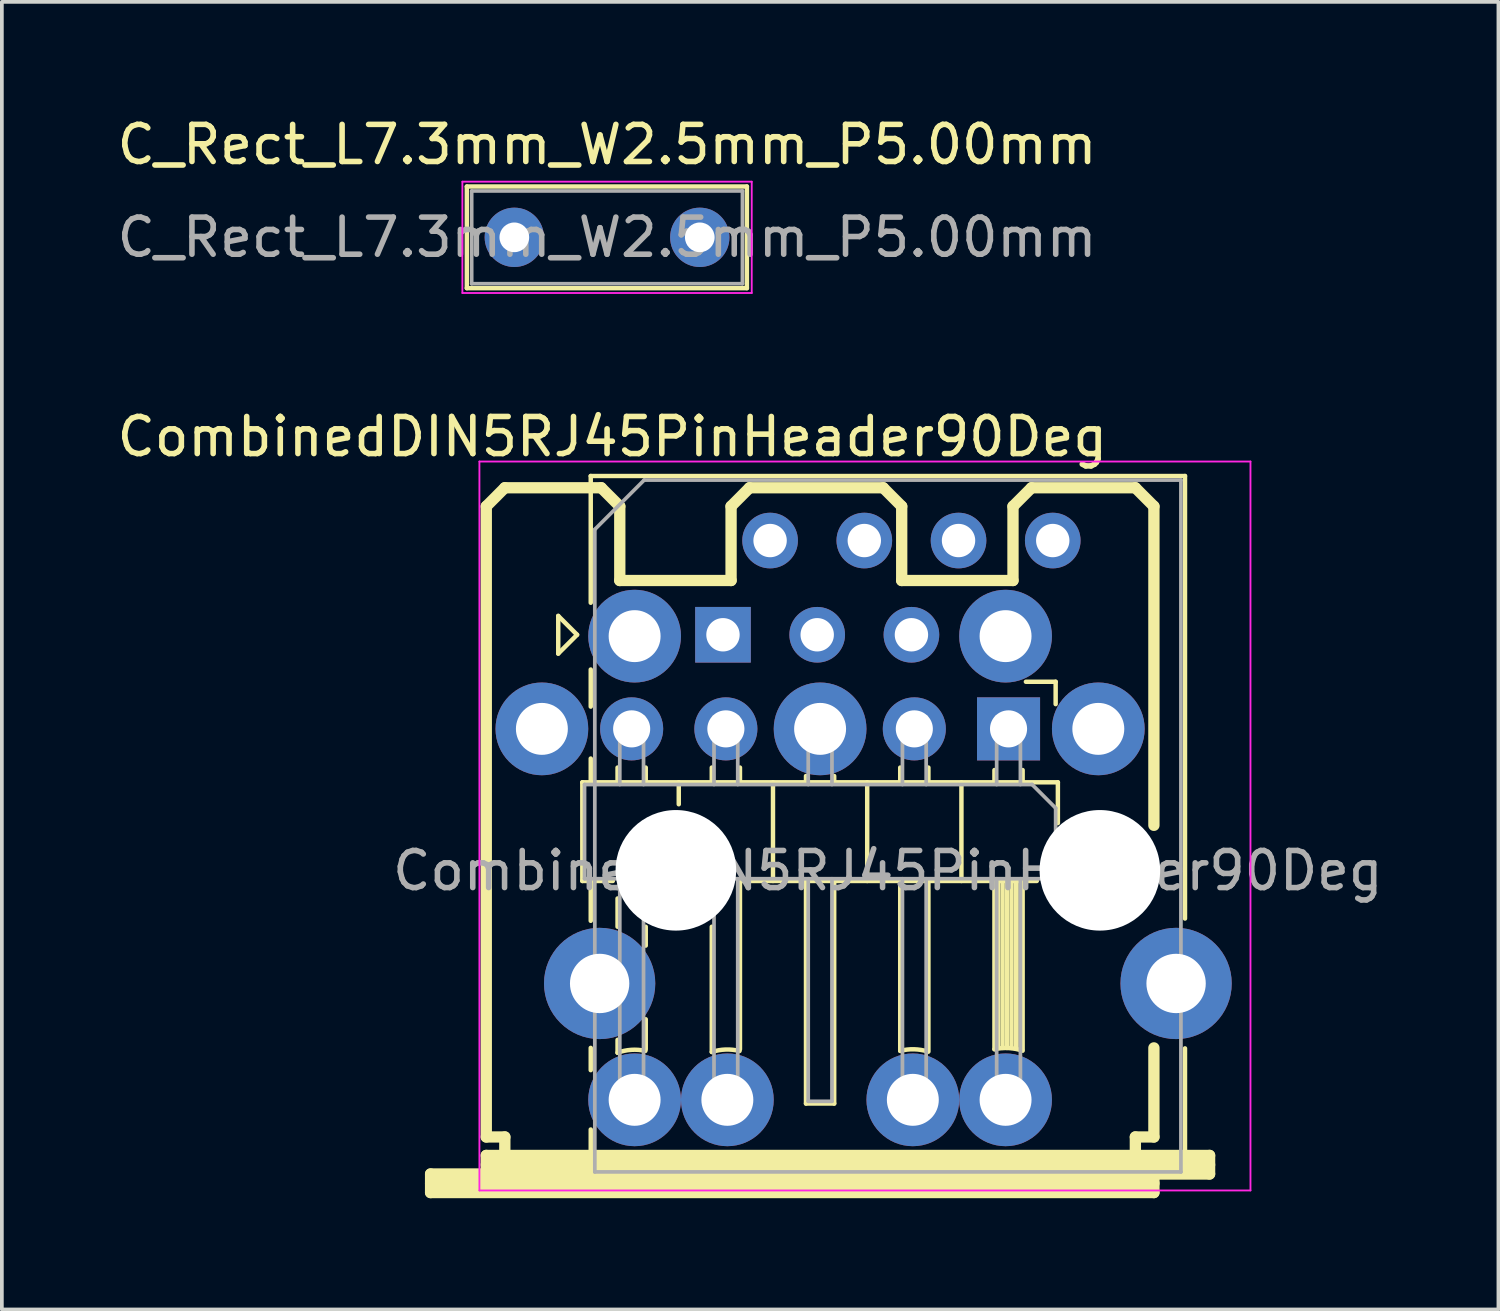
<source format=kicad_pcb>
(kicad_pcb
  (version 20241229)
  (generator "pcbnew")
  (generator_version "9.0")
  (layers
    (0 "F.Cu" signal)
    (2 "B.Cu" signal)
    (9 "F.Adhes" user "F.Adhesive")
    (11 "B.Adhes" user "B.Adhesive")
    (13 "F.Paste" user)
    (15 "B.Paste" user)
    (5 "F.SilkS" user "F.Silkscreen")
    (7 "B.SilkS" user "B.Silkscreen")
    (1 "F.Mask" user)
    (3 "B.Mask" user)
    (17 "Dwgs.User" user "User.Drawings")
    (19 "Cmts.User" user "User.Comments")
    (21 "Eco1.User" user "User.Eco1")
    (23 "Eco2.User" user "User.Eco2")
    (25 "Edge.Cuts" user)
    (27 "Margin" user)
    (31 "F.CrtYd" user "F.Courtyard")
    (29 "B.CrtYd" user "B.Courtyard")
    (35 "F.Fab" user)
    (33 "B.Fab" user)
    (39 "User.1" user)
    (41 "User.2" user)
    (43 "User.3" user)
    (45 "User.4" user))
  (footprint "CombinedDIN5RJ45PinHeader90Deg"
    (layer "F.Cu")
    (at 19.058 19.599)
    (property "Reference" "CombinedDIN5RJ45PinHeader90Deg" (at -5.6 -10.877 0) (layer "F.SilkS") (effects (font (size 1 1) (thickness 0.15))))
    (attr through_hole)
    (fp_line (start -10.5 8.999) (end -8.999 8.999) (stroke (width 0.305) (type solid)) (layer "F.SilkS"))
    (fp_line (start -10.5 9.251) (end 8.999 9.251) (stroke (width 0.305) (type solid)) (layer "F.SilkS"))
    (fp_line (start -10.5 9.5) (end -10.5 8.999) (stroke (width 0.305) (type solid)) (layer "F.SilkS"))
    (fp_line (start -8.999 -8.999) (end -8.999 8.001) (stroke (width 0.305) (type solid)) (layer "F.SilkS"))
    (fp_line (start -8.999 -8.999) (end -8.499 -9.5) (stroke (width 0.305) (type solid)) (layer "F.SilkS"))
    (fp_line (start -8.999 8.001) (end -8.499 8.001) (stroke (width 0.305) (type solid)) (layer "F.SilkS"))
    (fp_line (start -8.999 8.499) (end 10.5 8.499) (stroke (width 0.305) (type solid)) (layer "F.SilkS"))
    (fp_line (start -8.999 8.75) (end 10.5 8.75) (stroke (width 0.305) (type solid)) (layer "F.SilkS"))
    (fp_line (start -8.999 8.999) (end -8.999 8.499) (stroke (width 0.305) (type solid)) (layer "F.SilkS"))
    (fp_line (start -8.499 -9.5) (end -5.9 -9.5) (stroke (width 0.305) (type solid)) (layer "F.SilkS"))
    (fp_line (start -8.499 8.001) (end -8.499 8.499) (stroke (width 0.305) (type solid)) (layer "F.SilkS"))
    (fp_line (start -7.059 -6.045) (end -7.059 -5.029) (stroke (width 0.12) (type solid)) (layer "F.SilkS"))
    (fp_line (start -7.059 -5.029) (end -6.551 -5.537) (stroke (width 0.12) (type solid)) (layer "F.SilkS"))
    (fp_line (start -6.551 -5.537) (end -7.059 -6.045) (stroke (width 0.12) (type solid)) (layer "F.SilkS"))
    (fp_line (start -6.41 -1.56) (end -6.41 1.1) (stroke (width 0.12) (type solid)) (layer "F.SilkS"))
    (fp_line (start -6.183 -9.817) (end -6.183 -6.4) (stroke (width 0.12) (type solid)) (layer "F.SilkS"))
    (fp_line (start -6.183 -3.6) (end -6.183 -4.6) (stroke (width 0.12) (type solid)) (layer "F.SilkS"))
    (fp_line (start -6.183 -2.2) (end -6.183 -1.56) (stroke (width 0.12) (type solid)) (layer "F.SilkS"))
    (fp_line (start -6.183 1.092) (end -6.183 2.174) (stroke (width 0.12) (type solid)) (layer "F.SilkS"))
    (fp_line (start -6.183 5.6) (end -6.183 6.2) (stroke (width 0.12) (type solid)) (layer "F.SilkS"))
    (fp_line (start -6.183 7.8) (end -6.183 9.053) (stroke (width 0.12) (type solid)) (layer "F.SilkS"))
    (fp_line (start -5.9 -9.5) (end -5.4 -9) (stroke (width 0.305) (type solid)) (layer "F.SilkS"))
    (fp_line (start -5.588 1.1) (end -6.41 1.1) (stroke (width 0.12) (type solid)) (layer "F.SilkS"))
    (fp_line (start -5.46 -1.957) (end -5.46 -1.56) (stroke (width 0.12) (type solid)) (layer "F.SilkS"))
    (fp_line (start -5.46 2.334) (end -5.46 1.572) (stroke (width 0.12) (type solid)) (layer "F.SilkS"))
    (fp_line (start -5.46 5.382) (end -5.46 5.73) (stroke (width 0.12) (type solid)) (layer "F.SilkS"))
    (fp_line (start -5.4 -8.999) (end -5.4 -7) (stroke (width 0.305) (type solid)) (layer "F.SilkS"))
    (fp_line (start -5.4 -7) (end -2.4 -7) (stroke (width 0.305) (type solid)) (layer "F.SilkS"))
    (fp_line (start -4.7 -1.957) (end -4.7 -1.56) (stroke (width 0.12) (type solid)) (layer "F.SilkS"))
    (fp_line (start -4.7 2.334) (end -4.7 2.842) (stroke (width 0.12) (type solid)) (layer "F.SilkS"))
    (fp_line (start -4.7 4.828) (end -4.7 5.636) (stroke (width 0.12) (type solid)) (layer "F.SilkS"))
    (fp_line (start -3.81 -1.56) (end -3.81 -0.968) (stroke (width 0.12) (type solid)) (layer "F.SilkS"))
    (fp_line (start -2.92 -1.957) (end -2.92 -1.56) (stroke (width 0.12) (type solid)) (layer "F.SilkS"))
    (fp_line (start -2.92 5.71) (end -2.92 2.334) (stroke (width 0.12) (type solid)) (layer "F.SilkS"))
    (fp_line (start -2.4 -8.999) (end -2.4 -7) (stroke (width 0.305) (type solid)) (layer "F.SilkS"))
    (fp_line (start -2.16 -1.957) (end -2.16 -1.56) (stroke (width 0.12) (type solid)) (layer "F.SilkS"))
    (fp_line (start -2.16 1.1) (end -2.16 5.636) (stroke (width 0.12) (type solid)) (layer "F.SilkS"))
    (fp_line (start -2.16 1.1) (end 5.842 1.1) (stroke (width 0.12) (type solid)) (layer "F.SilkS"))
    (fp_line (start -1.902 -9.5) (end -2.4 -9) (stroke (width 0.305) (type solid)) (layer "F.SilkS"))
    (fp_line (start -1.902 -9.5) (end 1.702 -9.5) (stroke (width 0.305) (type solid)) (layer "F.SilkS"))
    (fp_line (start -1.27 -1.56) (end -1.27 1.1) (stroke (width 0.12) (type solid)) (layer "F.SilkS"))
    (fp_line (start -0.38 -1.73) (end -0.38 -1.56) (stroke (width 0.12) (type solid)) (layer "F.SilkS"))
    (fp_line (start -0.38 7.1) (end -0.38 1.1) (stroke (width 0.12) (type solid)) (layer "F.SilkS"))
    (fp_line (start 0.38 -1.73) (end 0.38 -1.56) (stroke (width 0.12) (type solid)) (layer "F.SilkS"))
    (fp_line (start 0.38 1.1) (end 0.38 7.1) (stroke (width 0.12) (type solid)) (layer "F.SilkS"))
    (fp_line (start 0.38 7.1) (end -0.38 7.1) (stroke (width 0.12) (type solid)) (layer "F.SilkS"))
    (fp_line (start 1.27 -1.56) (end 1.27 1.1) (stroke (width 0.12) (type solid)) (layer "F.SilkS"))
    (fp_line (start 1.702 -9.5) (end 2.2 -9) (stroke (width 0.305) (type solid)) (layer "F.SilkS"))
    (fp_line (start 2.16 -1.957) (end 2.16 -1.56) (stroke (width 0.12) (type solid)) (layer "F.SilkS"))
    (fp_line (start 2.16 5.68) (end 2.16 1.1) (stroke (width 0.12) (type solid)) (layer "F.SilkS"))
    (fp_line (start 2.2 -8.999) (end 2.2 -7) (stroke (width 0.305) (type solid)) (layer "F.SilkS"))
    (fp_line (start 2.92 -1.957) (end 2.92 -1.56) (stroke (width 0.12) (type solid)) (layer "F.SilkS"))
    (fp_line (start 2.92 1.1) (end 2.92 5.7) (stroke (width 0.12) (type solid)) (layer "F.SilkS"))
    (fp_line (start 3.81 -1.56) (end 3.81 1.1) (stroke (width 0.12) (type solid)) (layer "F.SilkS"))
    (fp_line (start 4.7 -1.89) (end 4.7 -1.56) (stroke (width 0.12) (type solid)) (layer "F.SilkS"))
    (fp_line (start 4.7 5.636) (end 4.7 1.1) (stroke (width 0.12) (type solid)) (layer "F.SilkS"))
    (fp_line (start 4.8 1.1) (end 4.8 5.6) (stroke (width 0.12) (type solid)) (layer "F.SilkS"))
    (fp_line (start 4.92 1.1) (end 4.92 5.6) (stroke (width 0.12) (type solid)) (layer "F.SilkS"))
    (fp_line (start 5.04 1.1) (end 5.04 5.6) (stroke (width 0.12) (type solid)) (layer "F.SilkS"))
    (fp_line (start 5.16 1.1) (end 5.16 5.6) (stroke (width 0.12) (type solid)) (layer "F.SilkS"))
    (fp_line (start 5.2 -8.999) (end 5.2 -7) (stroke (width 0.305) (type solid)) (layer "F.SilkS"))
    (fp_line (start 5.2 -7) (end 2.2 -7) (stroke (width 0.305) (type solid)) (layer "F.SilkS"))
    (fp_line (start 5.28 1.1) (end 5.28 5.6) (stroke (width 0.12) (type solid)) (layer "F.SilkS"))
    (fp_line (start 5.4 1.1) (end 5.4 5.6) (stroke (width 0.12) (type solid)) (layer "F.SilkS"))
    (fp_line (start 5.46 -1.89) (end 5.46 -1.56) (stroke (width 0.12) (type solid)) (layer "F.SilkS"))
    (fp_line (start 5.46 1.1) (end 5.46 5.636) (stroke (width 0.12) (type solid)) (layer "F.SilkS"))
    (fp_line (start 5.548 -4.27) (end 6.35 -4.27) (stroke (width 0.12) (type solid)) (layer "F.SilkS"))
    (fp_line (start 5.7 -9.5) (end 5.2 -8.999) (stroke (width 0.305) (type solid)) (layer "F.SilkS"))
    (fp_line (start 6.35 -4.27) (end 6.35 -3.668) (stroke (width 0.12) (type solid)) (layer "F.SilkS"))
    (fp_line (start 6.41 -1.56) (end -6.41 -1.56) (stroke (width 0.12) (type solid)) (layer "F.SilkS"))
    (fp_line (start 6.41 -0.46) (end 6.41 -1.56) (stroke (width 0.12) (type solid)) (layer "F.SilkS"))
    (fp_line (start 8.499 -9.5) (end 5.7 -9.5) (stroke (width 0.305) (type solid)) (layer "F.SilkS"))
    (fp_line (start 8.499 8.499) (end 8.499 8.001) (stroke (width 0.305) (type solid)) (layer "F.SilkS"))
    (fp_line (start 8.999 -8.999) (end 8.499 -9.5) (stroke (width 0.305) (type solid)) (layer "F.SilkS"))
    (fp_line (start 8.999 -8.999) (end 8.999 -0.4) (stroke (width 0.305) (type solid)) (layer "F.SilkS"))
    (fp_line (start 8.999 5.6) (end 8.999 8.001) (stroke (width 0.305) (type solid)) (layer "F.SilkS"))
    (fp_line (start 8.999 8.001) (end 8.499 8.001) (stroke (width 0.305) (type solid)) (layer "F.SilkS"))
    (fp_line (start 8.999 8.999) (end -8.999 8.999) (stroke (width 0.305) (type solid)) (layer "F.SilkS"))
    (fp_line (start 8.999 8.999) (end 8.999 9.5) (stroke (width 0.305) (type solid)) (layer "F.SilkS"))
    (fp_line (start 8.999 9.5) (end -10.5 9.5) (stroke (width 0.305) (type solid)) (layer "F.SilkS"))
    (fp_line (start 9.837 -9.817) (end -6.183 -9.817) (stroke (width 0.12) (type solid)) (layer "F.SilkS"))
    (fp_line (start 9.837 -9.817) (end 9.837 2.113) (stroke (width 0.12) (type solid)) (layer "F.SilkS"))
    (fp_line (start 9.837 5.613) (end 9.837 9.053) (stroke (width 0.12) (type solid)) (layer "F.SilkS"))
    (fp_line (start 9.837 9.053) (end -6.183 9.053) (stroke (width 0.12) (type solid)) (layer "F.SilkS"))
    (fp_line (start 10.5 8.499) (end 10.5 8.999) (stroke (width 0.305) (type solid)) (layer "F.SilkS"))
    (fp_line (start 10.5 8.999) (end 8.999 8.999) (stroke (width 0.305) (type solid)) (layer "F.SilkS"))
    (fp_arc (start -5.46 5.730001) (mid -5.088418 5.652157) (end -4.709851 5.680791) (stroke (width 0.12) (type solid)) (layer "F.SilkS"))
    (fp_arc (start -2.92 5.71) (mid -2.547791 5.644192) (end -2.171872 5.683629) (stroke (width 0.12) (type solid)) (layer "F.SilkS"))
    (fp_arc (start 2.16 5.680001) (mid 2.531763 5.637286) (end 2.901132 5.697276) (stroke (width 0.12) (type solid)) (layer "F.SilkS"))
    (fp_arc (start 4.7 5.636001) (mid 5.082765 5.604599) (end 5.46 5.676628) (stroke (width 0.12) (type solid)) (layer "F.SilkS"))
    (fp_line (start -9.184 -10.207) (end 11.602 -10.207) (stroke (width 0.05) (type solid)) (layer "F.CrtYd"))
    (fp_line (start -9.184 9.443) (end -9.184 -10.207) (stroke (width 0.05) (type solid)) (layer "F.CrtYd"))
    (fp_line (start 11.602 -10.207) (end 11.602 9.443) (stroke (width 0.05) (type solid)) (layer "F.CrtYd"))
    (fp_line (start 11.602 9.443) (end -9.184 9.443) (stroke (width 0.05) (type solid)) (layer "F.CrtYd"))
    (fp_line (start -6.35 -1.5) (end 5.715 -1.5) (stroke (width 0.1) (type solid)) (layer "F.Fab"))
    (fp_line (start -6.35 1.04) (end -6.35 -1.5) (stroke (width 0.1) (type solid)) (layer "F.Fab"))
    (fp_line (start -6.073 -8.377) (end -6.073 8.943) (stroke (width 0.1) (type solid)) (layer "F.Fab"))
    (fp_line (start -6.073 -8.377) (end -4.743 -9.707) (stroke (width 0.1) (type solid)) (layer "F.Fab"))
    (fp_line (start -5.4 -3.32) (end -5.4 -1.5) (stroke (width 0.1) (type solid)) (layer "F.Fab"))
    (fp_line (start -5.4 1.04) (end -5.4 7.04) (stroke (width 0.1) (type solid)) (layer "F.Fab"))
    (fp_line (start -4.76 -3.32) (end -5.4 -3.32) (stroke (width 0.1) (type solid)) (layer "F.Fab"))
    (fp_line (start -4.76 -3.32) (end -4.76 -1.5) (stroke (width 0.1) (type solid)) (layer "F.Fab"))
    (fp_line (start -4.76 1.04) (end -4.76 7.04) (stroke (width 0.1) (type solid)) (layer "F.Fab"))
    (fp_line (start -4.76 7.04) (end -5.4 7.04) (stroke (width 0.1) (type solid)) (layer "F.Fab"))
    (fp_line (start -2.86 -3.32) (end -2.86 -1.5) (stroke (width 0.1) (type solid)) (layer "F.Fab"))
    (fp_line (start -2.86 1.04) (end -2.86 7.04) (stroke (width 0.1) (type solid)) (layer "F.Fab"))
    (fp_line (start -2.22 -3.32) (end -2.86 -3.32) (stroke (width 0.1) (type solid)) (layer "F.Fab"))
    (fp_line (start -2.22 -3.32) (end -2.22 -1.5) (stroke (width 0.1) (type solid)) (layer "F.Fab"))
    (fp_line (start -2.22 1.04) (end -2.22 7.04) (stroke (width 0.1) (type solid)) (layer "F.Fab"))
    (fp_line (start -2.22 7.04) (end -2.86 7.04) (stroke (width 0.1) (type solid)) (layer "F.Fab"))
    (fp_line (start -0.32 -3.32) (end -0.32 -1.5) (stroke (width 0.1) (type solid)) (layer "F.Fab"))
    (fp_line (start -0.32 1.04) (end -0.32 7.04) (stroke (width 0.1) (type solid)) (layer "F.Fab"))
    (fp_line (start 0.32 -3.32) (end -0.32 -3.32) (stroke (width 0.1) (type solid)) (layer "F.Fab"))
    (fp_line (start 0.32 -3.32) (end 0.32 -1.5) (stroke (width 0.1) (type solid)) (layer "F.Fab"))
    (fp_line (start 0.32 1.04) (end 0.32 7.04) (stroke (width 0.1) (type solid)) (layer "F.Fab"))
    (fp_line (start 0.32 7.04) (end -0.32 7.04) (stroke (width 0.1) (type solid)) (layer "F.Fab"))
    (fp_line (start 2.22 -3.32) (end 2.22 -1.5) (stroke (width 0.1) (type solid)) (layer "F.Fab"))
    (fp_line (start 2.22 1.04) (end 2.22 7.04) (stroke (width 0.1) (type solid)) (layer "F.Fab"))
    (fp_line (start 2.86 -3.32) (end 2.22 -3.32) (stroke (width 0.1) (type solid)) (layer "F.Fab"))
    (fp_line (start 2.86 -3.32) (end 2.86 -1.5) (stroke (width 0.1) (type solid)) (layer "F.Fab"))
    (fp_line (start 2.86 1.04) (end 2.86 7.04) (stroke (width 0.1) (type solid)) (layer "F.Fab"))
    (fp_line (start 2.86 7.04) (end 2.22 7.04) (stroke (width 0.1) (type solid)) (layer "F.Fab"))
    (fp_line (start 4.76 -3.32) (end 4.76 -1.5) (stroke (width 0.1) (type solid)) (layer "F.Fab"))
    (fp_line (start 4.76 1.04) (end 4.76 7.04) (stroke (width 0.1) (type solid)) (layer "F.Fab"))
    (fp_line (start 5.4 -3.32) (end 4.76 -3.32) (stroke (width 0.1) (type solid)) (layer "F.Fab"))
    (fp_line (start 5.4 -3.32) (end 5.4 -1.5) (stroke (width 0.1) (type solid)) (layer "F.Fab"))
    (fp_line (start 5.4 1.04) (end 5.4 7.04) (stroke (width 0.1) (type solid)) (layer "F.Fab"))
    (fp_line (start 5.4 7.04) (end 4.76 7.04) (stroke (width 0.1) (type solid)) (layer "F.Fab"))
    (fp_line (start 5.715 -1.5) (end 6.35 -0.865) (stroke (width 0.1) (type solid)) (layer "F.Fab"))
    (fp_line (start 6.35 -0.865) (end 6.35 1.04) (stroke (width 0.1) (type solid)) (layer "F.Fab"))
    (fp_line (start 6.35 1.04) (end -6.35 1.04) (stroke (width 0.1) (type solid)) (layer "F.Fab"))
    (fp_line (start 9.727 -9.707) (end -4.743 -9.707) (stroke (width 0.1) (type solid)) (layer "F.Fab"))
    (fp_line (start 9.727 8.943) (end -6.073 8.943) (stroke (width 0.1) (type solid)) (layer "F.Fab"))
    (fp_line (start 9.727 8.943) (end 9.727 -9.707) (stroke (width 0.1) (type solid)) (layer "F.Fab"))
    (fp_text user "${REFERENCE}" (at 1.827 0.823 0) (layer "F.Fab") (effects (font (size 1 1) (thickness 0.15))))
    (pad "" np_thru_hole circle (at -3.888 0.813) (size 3.25 3.25) (drill 3.25) (layers "*.Cu" "*.Mask"))
    (pad "" np_thru_hole circle (at 7.542 0.813 180) (size 3.25 3.25) (drill 3.25) (layers "*.Cu" "*.Mask"))
    (pad "1" thru_hole rect (at 5.08 -3 270) (size 1.7 1.7) (drill 1) (layers "*.Cu" "*.Mask"))
    (pad "1" thru_hole circle (at 6.272 -8.077 180) (size 1.5 1.5) (drill 0.9) (layers "*.Cu" "*.Mask"))
    (pad "1" thru_hole circle (at 7.5 -3) (size 2.5 2.5) (drill 1.4) (layers "*.Cu" "*.Mask"))
    (pad "2" thru_hole circle (at -5.943 3.863) (size 3 3) (drill 1.6) (layers "*.Cu" "*.Mask"))
    (pad "2" thru_hole circle (at -5 7) (size 2.5 2.5) (drill 1.4) (layers "*.Cu" "*.Mask"))
    (pad "2" thru_hole circle (at -2.5 7) (size 2.5 2.5) (drill 1.4) (layers "*.Cu" "*.Mask"))
    (pad "2" thru_hole circle (at -0.078 -5.537 180) (size 1.5 1.5) (drill 0.9) (layers "*.Cu" "*.Mask"))
    (pad "2" thru_hole circle (at 0 -3) (size 2.5 2.5) (drill 1.4) (layers "*.Cu" "*.Mask"))
    (pad "2" thru_hole circle (at 1.192 -8.077 180) (size 1.5 1.5) (drill 0.9) (layers "*.Cu" "*.Mask"))
    (pad "2" thru_hole circle (at 2.462 -5.537 180) (size 1.5 1.5) (drill 0.9) (layers "*.Cu" "*.Mask"))
    (pad "2" thru_hole circle (at 2.5 7) (size 2.5 2.5) (drill 1.4) (layers "*.Cu" "*.Mask"))
    (pad "2" thru_hole circle (at 3.732 -8.077 180) (size 1.5 1.5) (drill 0.9) (layers "*.Cu" "*.Mask"))
    (pad "2" thru_hole circle (at 5 7) (size 2.5 2.5) (drill 1.4) (layers "*.Cu" "*.Mask"))
    (pad "2" thru_hole circle (at 9.597 3.863 180) (size 3 3) (drill 1.6) (layers "*.Cu" "*.Mask"))
    (pad "3" thru_hole circle (at -7.5 -3) (size 2.5 2.5) (drill 1.4) (layers "*.Cu" "*.Mask"))
    (pad "3" thru_hole oval (at -5.08 -3 270) (size 1.7 1.7) (drill 1) (layers "*.Cu" "*.Mask"))
    (pad "3" thru_hole rect (at -2.618 -5.537 180) (size 1.5 1.5) (drill 0.9) (layers "*.Cu" "*.Mask"))
    (pad "4" thru_hole oval (at 2.54 -3 270) (size 1.7 1.7) (drill 1) (layers "*.Cu" "*.Mask"))
    (pad "4" thru_hole circle (at 5 -5.5) (size 2.5 2.5) (drill 1.4) (layers "*.Cu" "*.Mask"))
    (pad "5" thru_hole circle (at -5 -5.5) (size 2.5 2.5) (drill 1.4) (layers "*.Cu" "*.Mask"))
    (pad "5" thru_hole oval (at -2.54 -3 270) (size 1.7 1.7) (drill 1) (layers "*.Cu" "*.Mask"))
    (pad "5" thru_hole circle (at -1.348 -8.077 180) (size 1.5 1.5) (drill 0.9) (layers "*.Cu" "*.Mask")))
  (footprint "C_Rect_L7.3mm_W2.5mm_P5.00mm"
    (layer "F.Cu")
    (at 10.815 3.348)
    (property "Reference" "C_Rect_L7.3mm_W2.5mm_P5.00mm" (at 2.5 -2.5 0) (layer "F.SilkS") (effects (font (size 1 1) (thickness 0.15))))
    (attr through_hole)
    (fp_line (start -1.28 -1.37) (end -1.28 1.37) (stroke (width 0.12) (type solid)) (layer "F.SilkS"))
    (fp_line (start -1.28 -1.37) (end 6.27 -1.37) (stroke (width 0.12) (type solid)) (layer "F.SilkS"))
    (fp_line (start -1.28 1.37) (end 6.27 1.37) (stroke (width 0.12) (type solid)) (layer "F.SilkS"))
    (fp_line (start 6.27 -1.37) (end 6.27 1.37) (stroke (width 0.12) (type solid)) (layer "F.SilkS"))
    (fp_line (start -1.4 -1.5) (end -1.4 1.5) (stroke (width 0.05) (type solid)) (layer "F.CrtYd"))
    (fp_line (start -1.4 1.5) (end 6.4 1.5) (stroke (width 0.05) (type solid)) (layer "F.CrtYd"))
    (fp_line (start 6.4 -1.5) (end -1.4 -1.5) (stroke (width 0.05) (type solid)) (layer "F.CrtYd"))
    (fp_line (start 6.4 1.5) (end 6.4 -1.5) (stroke (width 0.05) (type solid)) (layer "F.CrtYd"))
    (fp_line (start -1.15 -1.25) (end -1.15 1.25) (stroke (width 0.1) (type solid)) (layer "F.Fab"))
    (fp_line (start -1.15 1.25) (end 6.15 1.25) (stroke (width 0.1) (type solid)) (layer "F.Fab"))
    (fp_line (start 6.15 -1.25) (end -1.15 -1.25) (stroke (width 0.1) (type solid)) (layer "F.Fab"))
    (fp_line (start 6.15 1.25) (end 6.15 -1.25) (stroke (width 0.1) (type solid)) (layer "F.Fab"))
    (fp_text user "${REFERENCE}" (at 2.5 0 0) (layer "F.Fab") (effects (font (size 1 1) (thickness 0.15))))
    (pad "1" thru_hole circle (at 0 0) (size 1.6 1.6) (drill 0.8) (layers "*.Cu" "*.Mask"))
    (pad "2" thru_hole circle (at 5 0) (size 1.6 1.6) (drill 0.8) (layers "*.Cu" "*.Mask")))
  (gr_rect
    (start -3 -3)
    (end 37.344 32.251)
    (stroke (width 0.1) (type default))
    (fill no)
    (layer "Edge.Cuts")))
</source>
